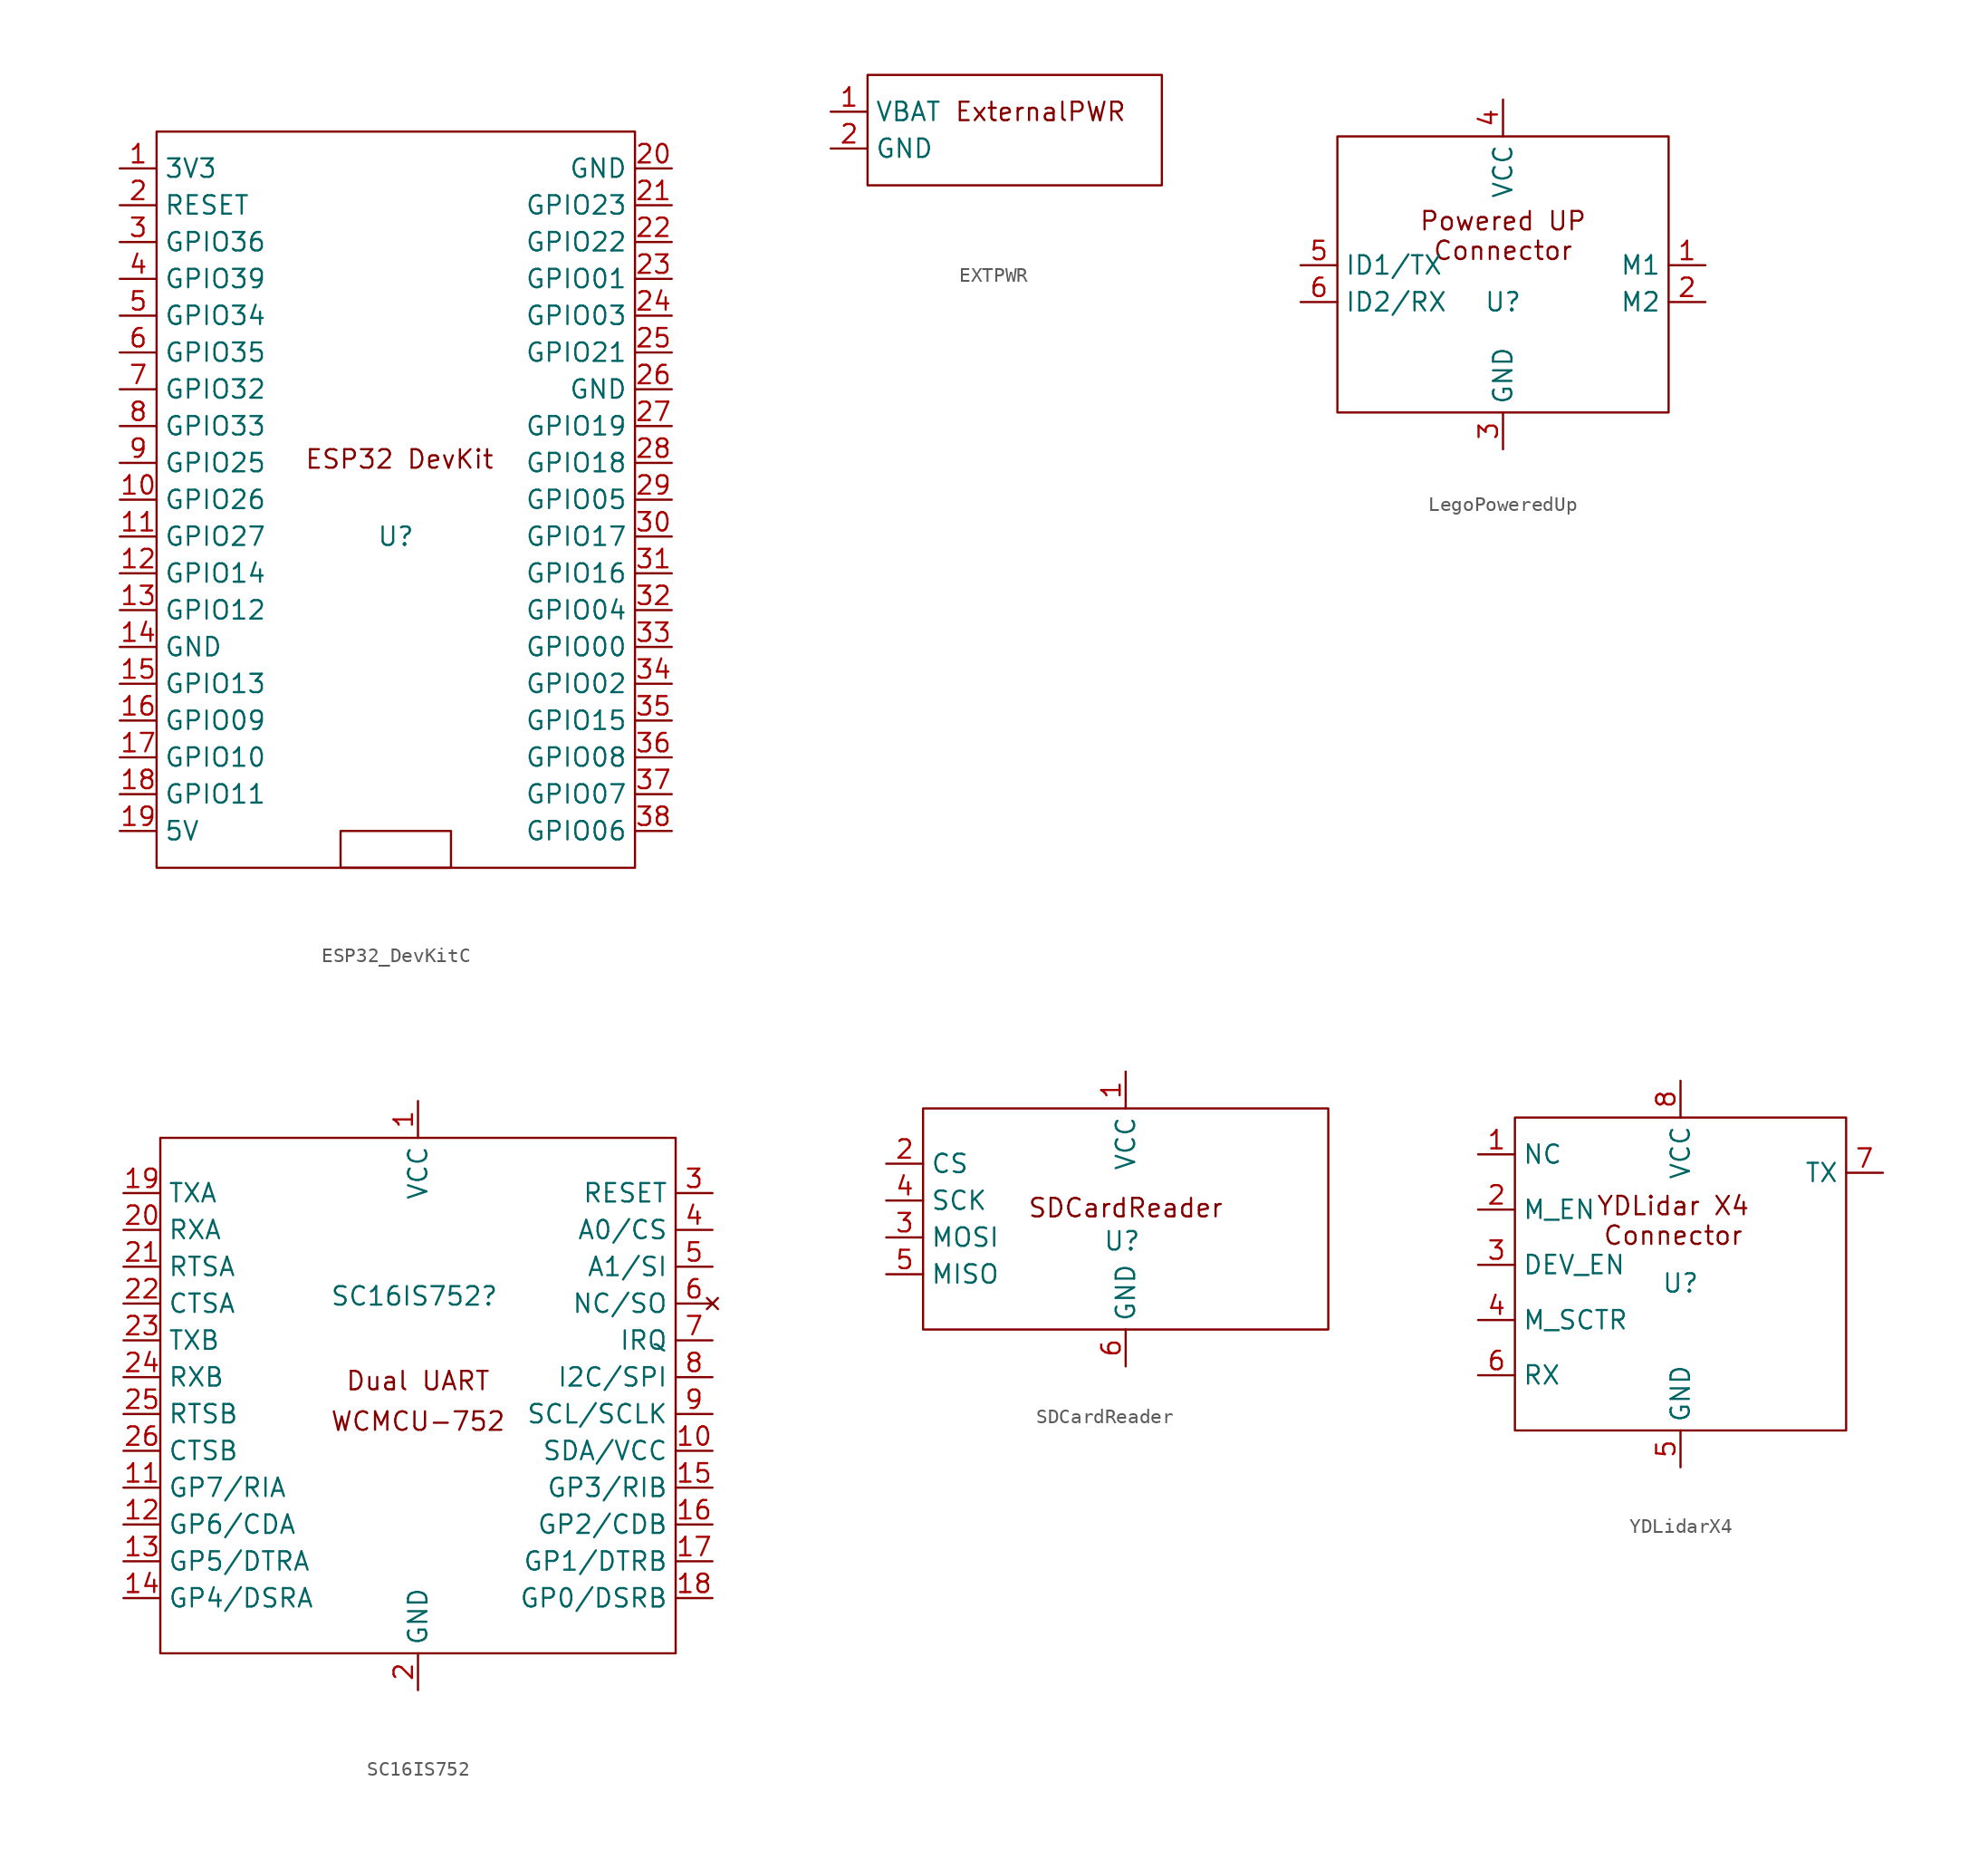
<source format=kicad_sym>
(kicad_symbol_lib
  (version 20241209)
  (generator "kicad_symbol_editor")
  (generator_version "9.0")
  (symbol "ESP32_DevKitC"
    (property "Reference" "U"
      (at 0 0 0)
      (effects (font (size 1.27 1.27))))
    (property "Value" ""
      (at 0 0 0)
      (effects (font (size 1.27 1.27))))
    (symbol "ESP32_DevKitC_0_1"
      (rectangle (start -16.51 27.94) (end 16.51 -22.86) (stroke (width 0) (type default)) (fill (type none)))
      (rectangle (start -3.81 -20.32) (end 3.81 -22.86) (stroke (width 0) (type default)) (fill (type none))))
    (symbol "ESP32_DevKitC_1_1"
      (text "ESP32 DevKit" (at 0.254 5.334 0) (effects (font (size 1.27 1.27))))
      (pin power_in line (at -19.05 25.4 0) (length 2.54) (name "3V3" (effects (font (size 1.27 1.27)))) (number "1" (effects (font (size 1.27 1.27)))))
      (pin input line (at -19.05 22.86 0) (length 2.54) (name "RESET" (effects (font (size 1.27 1.27)))) (number "2" (effects (font (size 1.27 1.27)))))
      (pin input line (at -19.05 20.32 0) (length 2.54) (name "GPIO36" (effects (font (size 1.27 1.27)))) (number "3" (effects (font (size 1.27 1.27)))))
      (pin input line (at -19.05 17.78 0) (length 2.54) (name "GPIO39" (effects (font (size 1.27 1.27)))) (number "4" (effects (font (size 1.27 1.27)))))
      (pin input line (at -19.05 15.24 0) (length 2.54) (name "GPIO34" (effects (font (size 1.27 1.27)))) (number "5" (effects (font (size 1.27 1.27)))))
      (pin input line (at -19.05 12.7 0) (length 2.54) (name "GPIO35" (effects (font (size 1.27 1.27)))) (number "6" (effects (font (size 1.27 1.27)))))
      (pin bidirectional line (at -19.05 10.16 0) (length 2.54) (name "GPIO32" (effects (font (size 1.27 1.27)))) (number "7" (effects (font (size 1.27 1.27)))))
      (pin bidirectional line (at -19.05 7.62 0) (length 2.54) (name "GPIO33" (effects (font (size 1.27 1.27)))) (number "8" (effects (font (size 1.27 1.27)))))
      (pin bidirectional line (at -19.05 5.08 0) (length 2.54) (name "GPIO25" (effects (font (size 1.27 1.27)))) (number "9" (effects (font (size 1.27 1.27)))))
      (pin bidirectional line (at -19.05 2.54 0) (length 2.54) (name "GPIO26" (effects (font (size 1.27 1.27)))) (number "10" (effects (font (size 1.27 1.27)))))
      (pin bidirectional line (at -19.05 0 0) (length 2.54) (name "GPIO27" (effects (font (size 1.27 1.27)))) (number "11" (effects (font (size 1.27 1.27)))))
      (pin bidirectional line (at -19.05 -2.54 0) (length 2.54) (name "GPIO14" (effects (font (size 1.27 1.27)))) (number "12" (effects (font (size 1.27 1.27)))))
      (pin bidirectional line (at -19.05 -5.08 0) (length 2.54) (name "GPIO12" (effects (font (size 1.27 1.27)))) (number "13" (effects (font (size 1.27 1.27)))))
      (pin power_in line (at -19.05 -7.62 0) (length 2.54) (name "GND" (effects (font (size 1.27 1.27)))) (number "14" (effects (font (size 1.27 1.27)))))
      (pin bidirectional line (at -19.05 -10.16 0) (length 2.54) (name "GPIO13" (effects (font (size 1.27 1.27)))) (number "15" (effects (font (size 1.27 1.27)))))
      (pin bidirectional line (at -19.05 -12.7 0) (length 2.54) (name "GPIO09" (effects (font (size 1.27 1.27)))) (number "16" (effects (font (size 1.27 1.27)))))
      (pin bidirectional line (at -19.05 -15.24 0) (length 2.54) (name "GPIO10" (effects (font (size 1.27 1.27)))) (number "17" (effects (font (size 1.27 1.27)))))
      (pin bidirectional line (at -19.05 -17.78 0) (length 2.54) (name "GPIO11" (effects (font (size 1.27 1.27)))) (number "18" (effects (font (size 1.27 1.27)))))
      (pin power_in line (at -19.05 -20.32 0) (length 2.54) (name "5V" (effects (font (size 1.27 1.27)))) (number "19" (effects (font (size 1.27 1.27)))))
      (pin power_in line (at 19.05 25.4 180) (length 2.54) (name "GND" (effects (font (size 1.27 1.27)))) (number "20" (effects (font (size 1.27 1.27)))))
      (pin bidirectional line (at 19.05 22.86 180) (length 2.54) (name "GPIO23" (effects (font (size 1.27 1.27)))) (number "21" (effects (font (size 1.27 1.27)))))
      (pin bidirectional line (at 19.05 20.32 180) (length 2.54) (name "GPIO22" (effects (font (size 1.27 1.27)))) (number "22" (effects (font (size 1.27 1.27)))))
      (pin bidirectional line (at 19.05 17.78 180) (length 2.54) (name "GPIO01" (effects (font (size 1.27 1.27)))) (number "23" (effects (font (size 1.27 1.27)))))
      (pin bidirectional line (at 19.05 15.24 180) (length 2.54) (name "GPIO03" (effects (font (size 1.27 1.27)))) (number "24" (effects (font (size 1.27 1.27)))))
      (pin bidirectional line (at 19.05 12.7 180) (length 2.54) (name "GPIO21" (effects (font (size 1.27 1.27)))) (number "25" (effects (font (size 1.27 1.27)))))
      (pin power_in line (at 19.05 10.16 180) (length 2.54) (name "GND" (effects (font (size 1.27 1.27)))) (number "26" (effects (font (size 1.27 1.27)))))
      (pin bidirectional line (at 19.05 7.62 180) (length 2.54) (name "GPIO19" (effects (font (size 1.27 1.27)))) (number "27" (effects (font (size 1.27 1.27)))))
      (pin bidirectional line (at 19.05 5.08 180) (length 2.54) (name "GPIO18" (effects (font (size 1.27 1.27)))) (number "28" (effects (font (size 1.27 1.27)))))
      (pin bidirectional line (at 19.05 2.54 180) (length 2.54) (name "GPIO05" (effects (font (size 1.27 1.27)))) (number "29" (effects (font (size 1.27 1.27)))))
      (pin bidirectional line (at 19.05 0 180) (length 2.54) (name "GPIO17" (effects (font (size 1.27 1.27)))) (number "30" (effects (font (size 1.27 1.27)))))
      (pin bidirectional line (at 19.05 -2.54 180) (length 2.54) (name "GPIO16" (effects (font (size 1.27 1.27)))) (number "31" (effects (font (size 1.27 1.27)))))
      (pin bidirectional line (at 19.05 -5.08 180) (length 2.54) (name "GPIO04" (effects (font (size 1.27 1.27)))) (number "32" (effects (font (size 1.27 1.27)))))
      (pin bidirectional line (at 19.05 -7.62 180) (length 2.54) (name "GPIO00" (effects (font (size 1.27 1.27)))) (number "33" (effects (font (size 1.27 1.27)))))
      (pin bidirectional line (at 19.05 -10.16 180) (length 2.54) (name "GPIO02" (effects (font (size 1.27 1.27)))) (number "34" (effects (font (size 1.27 1.27)))))
      (pin bidirectional line (at 19.05 -12.7 180) (length 2.54) (name "GPIO15" (effects (font (size 1.27 1.27)))) (number "35" (effects (font (size 1.27 1.27)))))
      (pin bidirectional line (at 19.05 -15.24 180) (length 2.54) (name "GPIO08" (effects (font (size 1.27 1.27)))) (number "36" (effects (font (size 1.27 1.27)))))
      (pin bidirectional line (at 19.05 -17.78 180) (length 2.54) (name "GPIO07" (effects (font (size 1.27 1.27)))) (number "37" (effects (font (size 1.27 1.27)))))
      (pin bidirectional line (at 19.05 -20.32 180) (length 2.54) (name "GPIO06" (effects (font (size 1.27 1.27)))) (number "38" (effects (font (size 1.27 1.27)))))))
  (symbol "EXTPWR"
    (property "Reference" "U"
      (at 0 6.096 0)
      (effects (font (size 1.27 1.27)) (hide yes)))
    (property "Value" ""
      (at 0 0 0)
      (effects (font (size 1.27 1.27))))
    (symbol "EXTPWR_0_1"
      (rectangle (start -10.16 11.43) (end 10.16 3.81) (stroke (width 0) (type default)) (fill (type none))))
    (symbol "EXTPWR_1_1"
      (text "ExternalPWR\n" (at 1.778 8.89 0) (effects (font (size 1.27 1.27))))
      (pin power_out line (at -12.7 8.89 0) (length 2.54) (name "VBAT" (effects (font (size 1.27 1.27)))) (number "1" (effects (font (size 1.27 1.27)))))
      (pin power_out line (at -12.7 6.35 0) (length 2.54) (name "GND" (effects (font (size 1.27 1.27)))) (number "2" (effects (font (size 1.27 1.27)))))))
  (symbol "LegoPoweredUp"
    (property "Reference" "U"
      (at 0 -1.27 0)
      (effects (font (size 1.27 1.27))))
    (property "Value" ""
      (at 0 0 0)
      (effects (font (size 1.27 1.27))))
    (symbol "LegoPoweredUp_0_1"
      (rectangle (start -11.43 10.16) (end 11.43 -8.89) (stroke (width 0) (type default)) (fill (type none))))
    (symbol "LegoPoweredUp_1_1"
      (text "Powered UP\nConnector\n" (at 0 3.302 0) (effects (font (size 1.27 1.27))))
      (pin input line (at -13.97 1.27 0) (length 2.54) (name "ID1/TX" (effects (font (size 1.27 1.27)))) (number "5" (effects (font (size 1.27 1.27)))))
      (pin output line (at -13.97 -1.27 0) (length 2.54) (name "ID2/RX" (effects (font (size 1.27 1.27)))) (number "6" (effects (font (size 1.27 1.27)))))
      (pin power_in line (at 0 12.7 270) (length 2.54) (name "VCC" (effects (font (size 1.27 1.27)))) (number "4" (effects (font (size 1.27 1.27)))))
      (pin power_in line (at 0 -11.43 90) (length 2.54) (name "GND" (effects (font (size 1.27 1.27)))) (number "3" (effects (font (size 1.27 1.27)))))
      (pin input line (at 13.97 1.27 180) (length 2.54) (name "M1" (effects (font (size 1.27 1.27)))) (number "1" (effects (font (size 1.27 1.27)))))
      (pin input line (at 13.97 -1.27 180) (length 2.54) (name "M2" (effects (font (size 1.27 1.27)))) (number "2" (effects (font (size 1.27 1.27)))))))
  (symbol "SC16IS752"
    (property "Reference" "SC16IS752"
      (at -0.254 9.398 0)
      (effects (font (size 1.27 1.27))))
    (property "Value" ""
      (at 0 0 0)
      (effects (font (size 1.27 1.27))))
    (symbol "SC16IS752_0_1"
      (rectangle (start -17.78 20.32) (end 17.78 -15.24) (stroke (width 0) (type default)) (fill (type none))))
    (symbol "SC16IS752_1_1"
      (text "Dual UART" (at 0 3.556 0) (effects (font (size 1.27 1.27))))
      (text "WCMCU-752" (at 0 0.762 0) (effects (font (size 1.27 1.27))))
      (pin output line (at -20.32 16.51 0) (length 2.54) (name "TXA" (effects (font (size 1.27 1.27)))) (number "19" (effects (font (size 1.27 1.27)))))
      (pin input line (at -20.32 13.97 0) (length 2.54) (name "RXA" (effects (font (size 1.27 1.27)))) (number "20" (effects (font (size 1.27 1.27)))))
      (pin output line (at -20.32 11.43 0) (length 2.54) (name "RTSA" (effects (font (size 1.27 1.27)))) (number "21" (effects (font (size 1.27 1.27)))))
      (pin input line (at -20.32 8.89 0) (length 2.54) (name "CTSA" (effects (font (size 1.27 1.27)))) (number "22" (effects (font (size 1.27 1.27)))))
      (pin output line (at -20.32 6.35 0) (length 2.54) (name "TXB" (effects (font (size 1.27 1.27)))) (number "23" (effects (font (size 1.27 1.27)))))
      (pin input line (at -20.32 3.81 0) (length 2.54) (name "RXB" (effects (font (size 1.27 1.27)))) (number "24" (effects (font (size 1.27 1.27)))))
      (pin output line (at -20.32 1.27 0) (length 2.54) (name "RTSB" (effects (font (size 1.27 1.27)))) (number "25" (effects (font (size 1.27 1.27)))))
      (pin input line (at -20.32 -1.27 0) (length 2.54) (name "CTSB" (effects (font (size 1.27 1.27)))) (number "26" (effects (font (size 1.27 1.27)))))
      (pin bidirectional line (at -20.32 -3.81 0) (length 2.54) (name "GP7/RIA" (effects (font (size 1.27 1.27)))) (number "11" (effects (font (size 1.27 1.27)))))
      (pin bidirectional line (at -20.32 -6.35 0) (length 2.54) (name "GP6/CDA" (effects (font (size 1.27 1.27)))) (number "12" (effects (font (size 1.27 1.27)))))
      (pin bidirectional line (at -20.32 -8.89 0) (length 2.54) (name "GP5/DTRA" (effects (font (size 1.27 1.27)))) (number "13" (effects (font (size 1.27 1.27)))))
      (pin bidirectional line (at -20.32 -11.43 0) (length 2.54) (name "GP4/DSRA" (effects (font (size 1.27 1.27)))) (number "14" (effects (font (size 1.27 1.27)))))
      (pin power_in line (at 0 22.86 270) (length 2.54) (name "VCC" (effects (font (size 1.27 1.27)))) (number "1" (effects (font (size 1.27 1.27)))))
      (pin power_in line (at 0 -17.78 90) (length 2.54) (name "GND" (effects (font (size 1.27 1.27)))) (number "2" (effects (font (size 1.27 1.27)))))
      (pin input line (at 20.32 16.51 180) (length 2.54) (name "RESET" (effects (font (size 1.27 1.27)))) (number "3" (effects (font (size 1.27 1.27)))))
      (pin input line (at 20.32 13.97 180) (length 2.54) (name "A0/CS" (effects (font (size 1.27 1.27)))) (number "4" (effects (font (size 1.27 1.27)))))
      (pin input line (at 20.32 11.43 180) (length 2.54) (name "A1/SI" (effects (font (size 1.27 1.27)))) (number "5" (effects (font (size 1.27 1.27)))))
      (pin no_connect line (at 20.32 8.89 180) (length 2.54) (name "NC/SO" (effects (font (size 1.27 1.27)))) (number "6" (effects (font (size 1.27 1.27)))))
      (pin output line (at 20.32 6.35 180) (length 2.54) (name "IRQ" (effects (font (size 1.27 1.27)))) (number "7" (effects (font (size 1.27 1.27)))))
      (pin input line (at 20.32 3.81 180) (length 2.54) (name "I2C/SPI" (effects (font (size 1.27 1.27)))) (number "8" (effects (font (size 1.27 1.27)))))
      (pin input line (at 20.32 1.27 180) (length 2.54) (name "SCL/SCLK" (effects (font (size 1.27 1.27)))) (number "9" (effects (font (size 1.27 1.27)))))
      (pin bidirectional line (at 20.32 -1.27 180) (length 2.54) (name "SDA/VCC" (effects (font (size 1.27 1.27)))) (number "10" (effects (font (size 1.27 1.27)))))
      (pin bidirectional line (at 20.32 -3.81 180) (length 2.54) (name "GP3/RIB" (effects (font (size 1.27 1.27)))) (number "15" (effects (font (size 1.27 1.27)))))
      (pin bidirectional line (at 20.32 -6.35 180) (length 2.54) (name "GP2/CDB" (effects (font (size 1.27 1.27)))) (number "16" (effects (font (size 1.27 1.27)))))
      (pin bidirectional line (at 20.32 -8.89 180) (length 2.54) (name "GP1/DTRB" (effects (font (size 1.27 1.27)))) (number "17" (effects (font (size 1.27 1.27)))))
      (pin bidirectional line (at 20.32 -11.43 180) (length 2.54) (name "GP0/DSRB" (effects (font (size 1.27 1.27)))) (number "18" (effects (font (size 1.27 1.27)))))))
  (symbol "SDCardReader"
    (property "Reference" "U"
      (at -0.254 -1.524 0)
      (effects (font (size 1.27 1.27))))
    (property "Value" ""
      (at 0 0 0)
      (effects (font (size 1.27 1.27))))
    (symbol "SDCardReader_0_1"
      (rectangle (start -13.97 7.62) (end 13.97 -7.62) (stroke (width 0) (type default)) (fill (type none))))
    (symbol "SDCardReader_1_1"
      (text "SDCardReader" (at 0 0.762 0) (effects (font (size 1.27 1.27))))
      (pin bidirectional line (at -16.51 3.81 0) (length 2.54) (name "CS" (effects (font (size 1.27 1.27)))) (number "2" (effects (font (size 1.27 1.27)))))
      (pin bidirectional line (at -16.51 1.27 0) (length 2.54) (name "SCK" (effects (font (size 1.27 1.27)))) (number "4" (effects (font (size 1.27 1.27)))))
      (pin bidirectional line (at -16.51 -1.27 0) (length 2.54) (name "MOSI" (effects (font (size 1.27 1.27)))) (number "3" (effects (font (size 1.27 1.27)))))
      (pin bidirectional line (at -16.51 -3.81 0) (length 2.54) (name "MISO" (effects (font (size 1.27 1.27)))) (number "5" (effects (font (size 1.27 1.27)))))
      (pin power_in line (at 0 10.16 270) (length 2.54) (name "VCC" (effects (font (size 1.27 1.27)))) (number "1" (effects (font (size 1.27 1.27)))))
      (pin power_in line (at 0 -10.16 90) (length 2.54) (name "GND" (effects (font (size 1.27 1.27)))) (number "6" (effects (font (size 1.27 1.27)))))))
  (symbol "YDLidarX4"
    (property "Reference" "U"
      (at 0 0 0)
      (effects (font (size 1.27 1.27))))
    (property "Value" ""
      (at 0 0 0)
      (effects (font (size 1.27 1.27))))
    (symbol "YDLidarX4_0_1"
      (rectangle (start -11.43 11.43) (end 11.43 -10.16) (stroke (width 0) (type default)) (fill (type none))))
    (symbol "YDLidarX4_1_1"
      (text "YDLidar X4\nConnector\n" (at -0.508 4.318 0) (effects (font (size 1.27 1.27))))
      (pin input line (at -13.97 8.89 0) (length 2.54) (name "NC" (effects (font (size 1.27 1.27)))) (number "1" (effects (font (size 1.27 1.27)))))
      (pin input line (at -13.97 5.08 0) (length 2.54) (name "M_EN" (effects (font (size 1.27 1.27)))) (number "2" (effects (font (size 1.27 1.27)))))
      (pin input line (at -13.97 1.27 0) (length 2.54) (name "DEV_EN" (effects (font (size 1.27 1.27)))) (number "3" (effects (font (size 1.27 1.27)))))
      (pin input line (at -13.97 -2.54 0) (length 2.54) (name "M_SCTR" (effects (font (size 1.27 1.27)))) (number "4" (effects (font (size 1.27 1.27)))))
      (pin input line (at -13.97 -6.35 0) (length 2.54) (name "RX" (effects (font (size 1.27 1.27)))) (number "6" (effects (font (size 1.27 1.27)))))
      (pin power_in line (at 0 13.97 270) (length 2.54) (name "VCC" (effects (font (size 1.27 1.27)))) (number "8" (effects (font (size 1.27 1.27)))))
      (pin power_in line (at 0 -12.7 90) (length 2.54) (name "GND" (effects (font (size 1.27 1.27)))) (number "5" (effects (font (size 1.27 1.27)))))
      (pin output line (at 13.97 7.62 180) (length 2.54) (name "TX" (effects (font (size 1.27 1.27)))) (number "7" (effects (font (size 1.27 1.27))))))))
</source>
